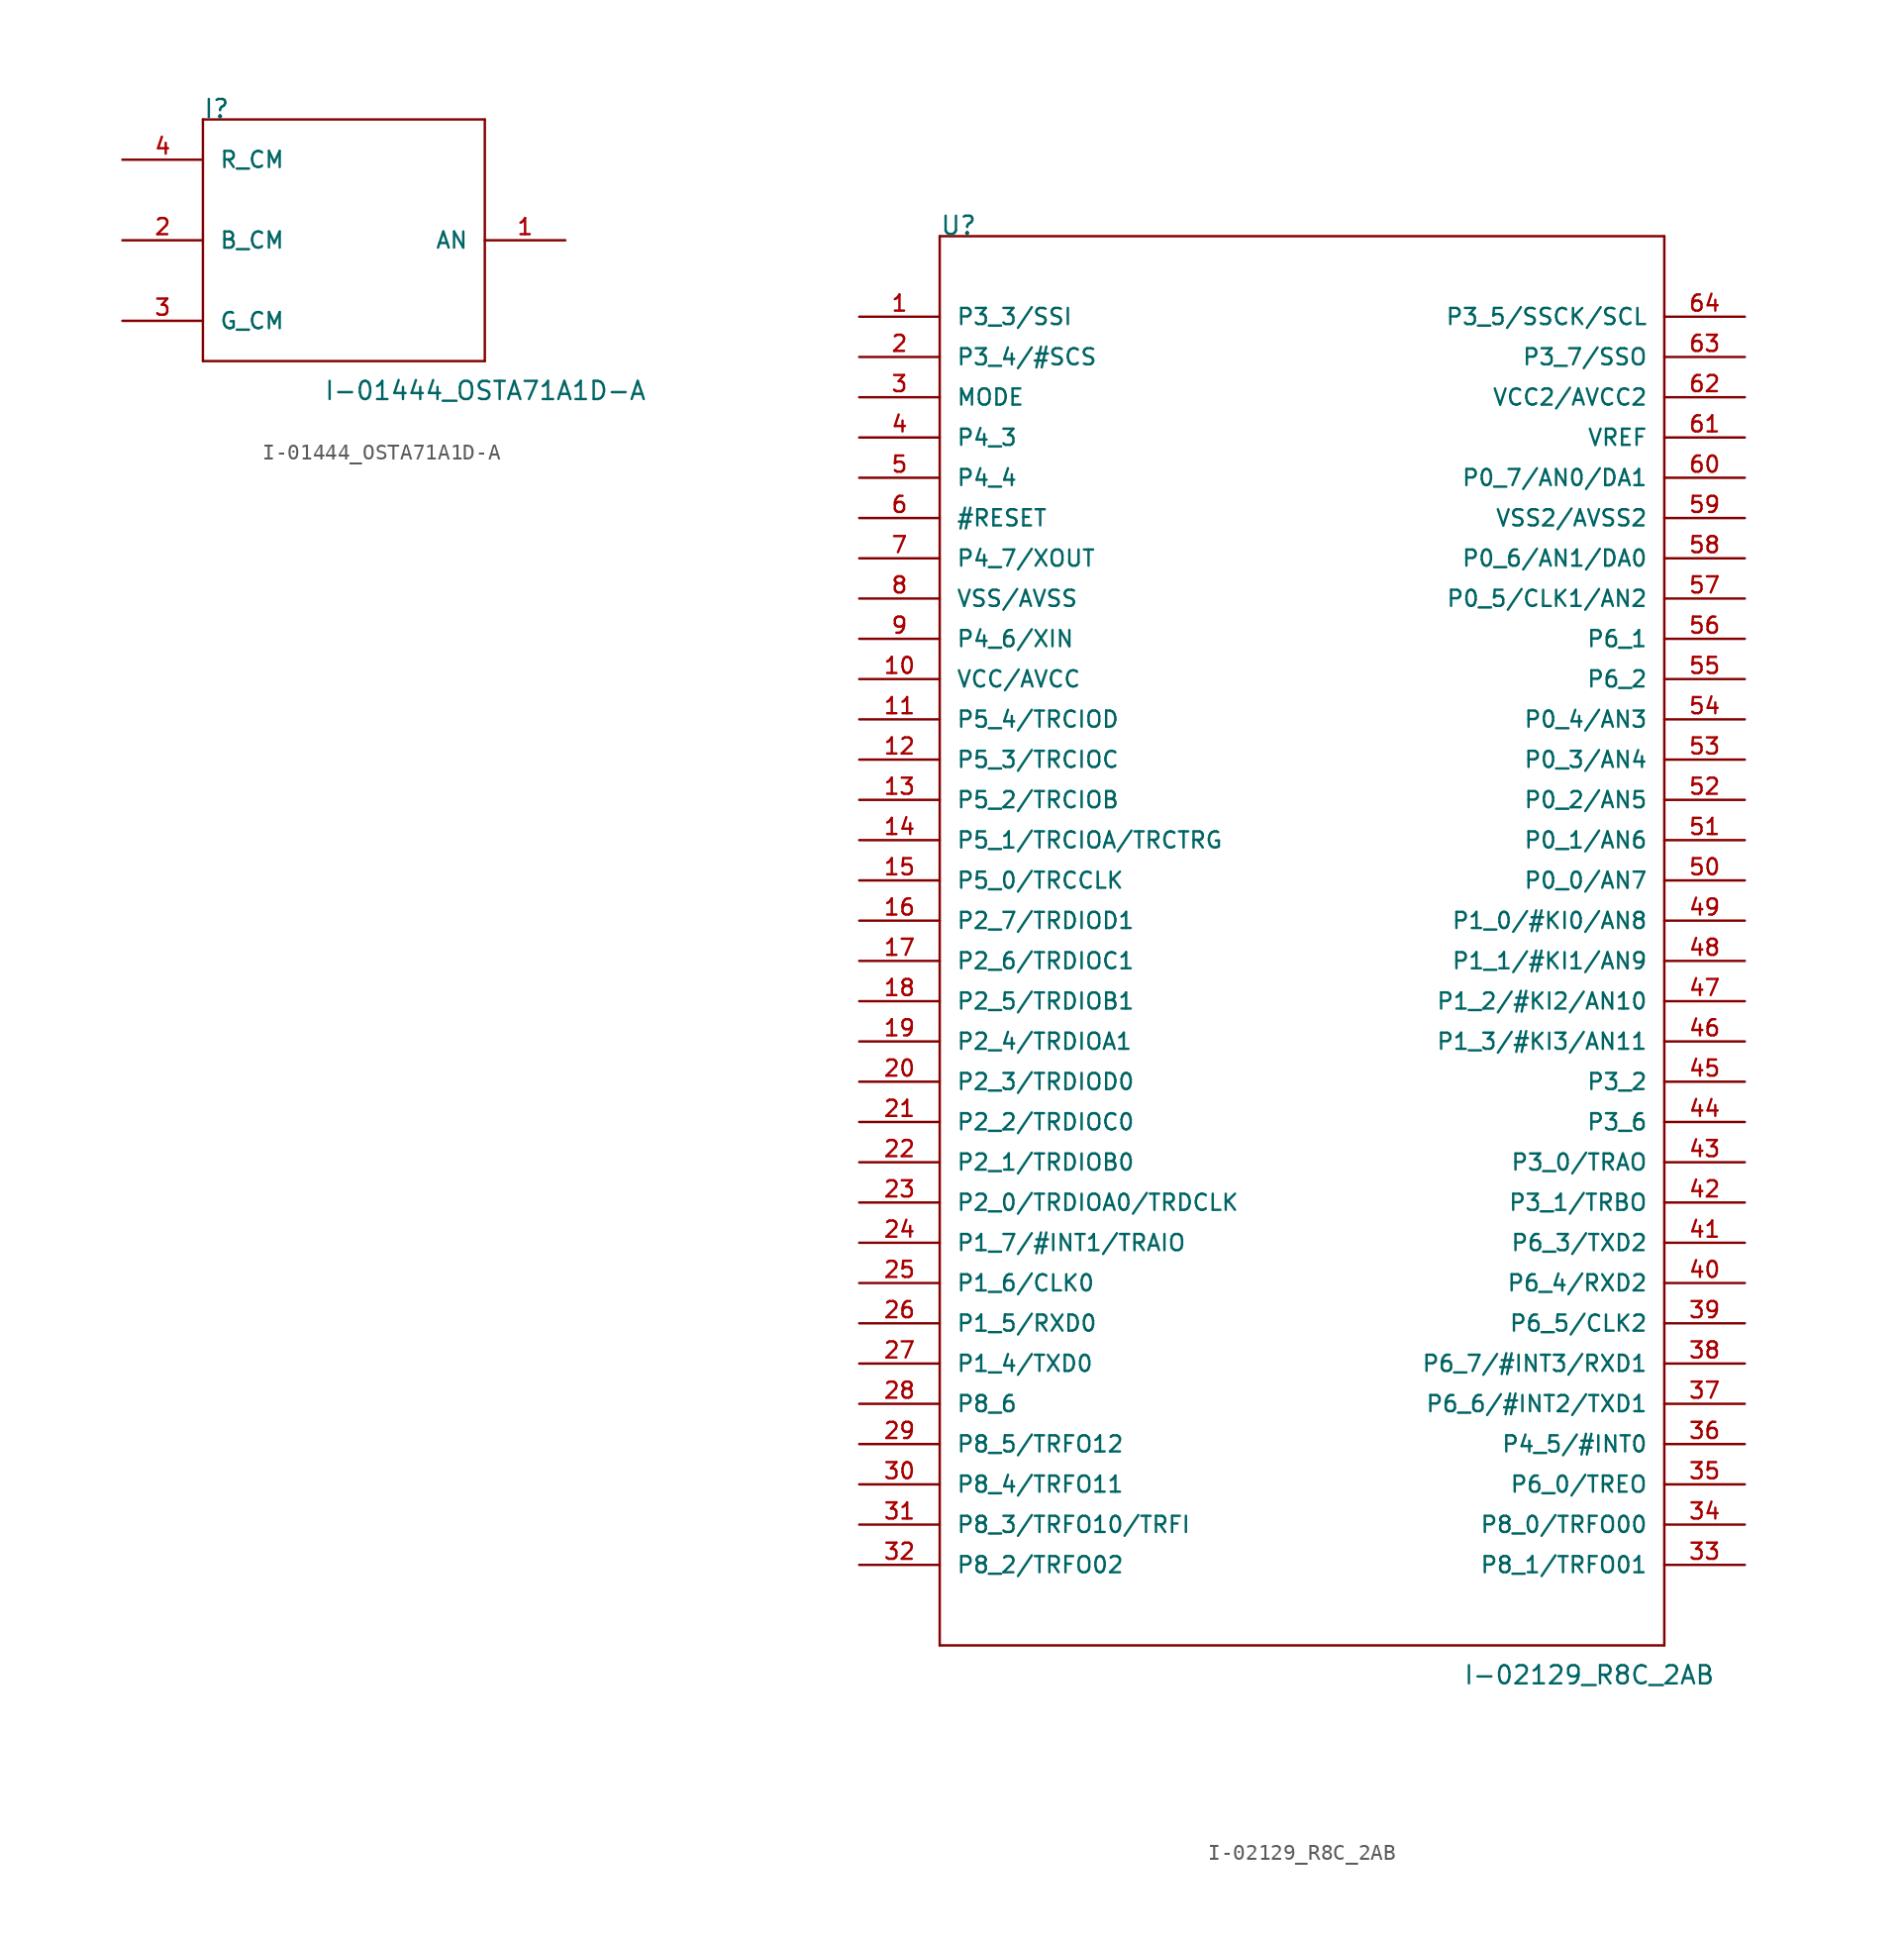
<source format=kicad_sym>
(kicad_symbol_lib
  (version 20211014)
  (generator kicad_symbol_editor)
  (symbol "I-01444_OSTA71A1D-A"
    (pin_names
      (offset 1.016))
    (property "Reference" "I"
      (at -2.54 10.16 0)
      (effects (font (size 1.143 1.143)) (justify left bottom)))
    (property "Value" "I-01444_OSTA71A1D-A"
      (at 5.08 -7.62 0)
      (effects (font (size 1.143 1.143)) (justify left bottom)))
    (property "ki_locked" ""
      (at 0 0 0)
      (effects (font (size 1.27 1.27))))
    (symbol "I-01444_OSTA71A1D-A_1_0"
      (polyline (pts (xy -2.54 -5.08) (xy -2.54 10.16)) (stroke (width 0) (type default) (color 0 0 0 0)) (fill (type none)))
      (polyline (pts (xy -2.54 10.16) (xy 15.24 10.16)) (stroke (width 0) (type default) (color 0 0 0 0)) (fill (type none)))
      (polyline (pts (xy 15.24 -5.08) (xy -2.54 -5.08)) (stroke (width 0) (type default) (color 0 0 0 0)) (fill (type none)))
      (polyline (pts (xy 15.24 10.16) (xy 15.24 -5.08)) (stroke (width 0) (type default) (color 0 0 0 0)) (fill (type none))))
    (symbol "I-01444_OSTA71A1D-A_1_1"
      (pin bidirectional line (at 20.32 2.54 180) (length 5.08) (name "AN" (effects (font (size 1.016 1.016)))) (number "1" (effects (font (size 1.016 1.016)))))
      (pin bidirectional line (at -7.62 2.54 0) (length 5.08) (name "B_CM" (effects (font (size 1.016 1.016)))) (number "2" (effects (font (size 1.016 1.016)))))
      (pin bidirectional line (at -7.62 -2.54 0) (length 5.08) (name "G_CM" (effects (font (size 1.016 1.016)))) (number "3" (effects (font (size 1.016 1.016)))))
      (pin bidirectional line (at -7.62 7.62 0) (length 5.08) (name "R_CM" (effects (font (size 1.016 1.016)))) (number "4" (effects (font (size 1.016 1.016)))))))
  (symbol "I-02129_R8C_2AB"
    (pin_names
      (offset 1.016))
    (property "Reference" "U"
      (at -10.16 38.1 0)
      (effects (font (size 1.143 1.143)) (justify left bottom)))
    (property "Value" "I-02129_R8C_2AB"
      (at 22.86 -53.34 0)
      (effects (font (size 1.143 1.143)) (justify left bottom)))
    (property "ki_locked" ""
      (at 0 0 0)
      (effects (font (size 1.27 1.27))))
    (symbol "I-02129_R8C_2AB_1_0"
      (polyline (pts (xy -10.16 -50.8) (xy 35.56 -50.8)) (stroke (width 0) (type default) (color 0 0 0 0)) (fill (type none)))
      (polyline (pts (xy -10.16 38.1) (xy -10.16 -50.8)) (stroke (width 0) (type default) (color 0 0 0 0)) (fill (type none)))
      (polyline (pts (xy 35.56 -50.8) (xy 35.56 38.1)) (stroke (width 0) (type default) (color 0 0 0 0)) (fill (type none)))
      (polyline (pts (xy 35.56 38.1) (xy -10.16 38.1)) (stroke (width 0) (type default) (color 0 0 0 0)) (fill (type none))))
    (symbol "I-02129_R8C_2AB_1_1"
      (pin bidirectional line (at -15.24 33.02 0) (length 5.08) (name "P3_3/SSI" (effects (font (size 1.016 1.016)))) (number "1" (effects (font (size 1.016 1.016)))))
      (pin bidirectional line (at -15.24 10.16 0) (length 5.08) (name "VCC/AVCC" (effects (font (size 1.016 1.016)))) (number "10" (effects (font (size 1.016 1.016)))))
      (pin bidirectional line (at -15.24 7.62 0) (length 5.08) (name "P5_4/TRCIOD" (effects (font (size 1.016 1.016)))) (number "11" (effects (font (size 1.016 1.016)))))
      (pin bidirectional line (at -15.24 5.08 0) (length 5.08) (name "P5_3/TRCIOC" (effects (font (size 1.016 1.016)))) (number "12" (effects (font (size 1.016 1.016)))))
      (pin bidirectional line (at -15.24 2.54 0) (length 5.08) (name "P5_2/TRCIOB" (effects (font (size 1.016 1.016)))) (number "13" (effects (font (size 1.016 1.016)))))
      (pin bidirectional line (at -15.24 0 0) (length 5.08) (name "P5_1/TRCIOA/TRCTRG" (effects (font (size 1.016 1.016)))) (number "14" (effects (font (size 1.016 1.016)))))
      (pin bidirectional line (at -15.24 -2.54 0) (length 5.08) (name "P5_0/TRCCLK" (effects (font (size 1.016 1.016)))) (number "15" (effects (font (size 1.016 1.016)))))
      (pin bidirectional line (at -15.24 -5.08 0) (length 5.08) (name "P2_7/TRDIOD1" (effects (font (size 1.016 1.016)))) (number "16" (effects (font (size 1.016 1.016)))))
      (pin bidirectional line (at -15.24 -7.62 0) (length 5.08) (name "P2_6/TRDIOC1" (effects (font (size 1.016 1.016)))) (number "17" (effects (font (size 1.016 1.016)))))
      (pin bidirectional line (at -15.24 -10.16 0) (length 5.08) (name "P2_5/TRDIOB1" (effects (font (size 1.016 1.016)))) (number "18" (effects (font (size 1.016 1.016)))))
      (pin bidirectional line (at -15.24 -12.7 0) (length 5.08) (name "P2_4/TRDIOA1" (effects (font (size 1.016 1.016)))) (number "19" (effects (font (size 1.016 1.016)))))
      (pin bidirectional line (at -15.24 30.48 0) (length 5.08) (name "P3_4/#SCS" (effects (font (size 1.016 1.016)))) (number "2" (effects (font (size 1.016 1.016)))))
      (pin bidirectional line (at -15.24 -15.24 0) (length 5.08) (name "P2_3/TRDIOD0" (effects (font (size 1.016 1.016)))) (number "20" (effects (font (size 1.016 1.016)))))
      (pin bidirectional line (at -15.24 -17.78 0) (length 5.08) (name "P2_2/TRDIOC0" (effects (font (size 1.016 1.016)))) (number "21" (effects (font (size 1.016 1.016)))))
      (pin bidirectional line (at -15.24 -20.32 0) (length 5.08) (name "P2_1/TRDIOB0" (effects (font (size 1.016 1.016)))) (number "22" (effects (font (size 1.016 1.016)))))
      (pin bidirectional line (at -15.24 -22.86 0) (length 5.08) (name "P2_0/TRDIOA0/TRDCLK" (effects (font (size 1.016 1.016)))) (number "23" (effects (font (size 1.016 1.016)))))
      (pin bidirectional line (at -15.24 -25.4 0) (length 5.08) (name "P1_7/#INT1/TRAIO" (effects (font (size 1.016 1.016)))) (number "24" (effects (font (size 1.016 1.016)))))
      (pin bidirectional line (at -15.24 -27.94 0) (length 5.08) (name "P1_6/CLK0" (effects (font (size 1.016 1.016)))) (number "25" (effects (font (size 1.016 1.016)))))
      (pin bidirectional line (at -15.24 -30.48 0) (length 5.08) (name "P1_5/RXD0" (effects (font (size 1.016 1.016)))) (number "26" (effects (font (size 1.016 1.016)))))
      (pin bidirectional line (at -15.24 -33.02 0) (length 5.08) (name "P1_4/TXD0" (effects (font (size 1.016 1.016)))) (number "27" (effects (font (size 1.016 1.016)))))
      (pin bidirectional line (at -15.24 -35.56 0) (length 5.08) (name "P8_6" (effects (font (size 1.016 1.016)))) (number "28" (effects (font (size 1.016 1.016)))))
      (pin bidirectional line (at -15.24 -38.1 0) (length 5.08) (name "P8_5/TRFO12" (effects (font (size 1.016 1.016)))) (number "29" (effects (font (size 1.016 1.016)))))
      (pin bidirectional line (at -15.24 27.94 0) (length 5.08) (name "MODE" (effects (font (size 1.016 1.016)))) (number "3" (effects (font (size 1.016 1.016)))))
      (pin bidirectional line (at -15.24 -40.64 0) (length 5.08) (name "P8_4/TRFO11" (effects (font (size 1.016 1.016)))) (number "30" (effects (font (size 1.016 1.016)))))
      (pin bidirectional line (at -15.24 -43.18 0) (length 5.08) (name "P8_3/TRFO10/TRFI" (effects (font (size 1.016 1.016)))) (number "31" (effects (font (size 1.016 1.016)))))
      (pin bidirectional line (at -15.24 -45.72 0) (length 5.08) (name "P8_2/TRFO02" (effects (font (size 1.016 1.016)))) (number "32" (effects (font (size 1.016 1.016)))))
      (pin bidirectional line (at 40.64 -45.72 180) (length 5.08) (name "P8_1/TRFO01" (effects (font (size 1.016 1.016)))) (number "33" (effects (font (size 1.016 1.016)))))
      (pin bidirectional line (at 40.64 -43.18 180) (length 5.08) (name "P8_0/TRFO00" (effects (font (size 1.016 1.016)))) (number "34" (effects (font (size 1.016 1.016)))))
      (pin bidirectional line (at 40.64 -40.64 180) (length 5.08) (name "P6_0/TREO" (effects (font (size 1.016 1.016)))) (number "35" (effects (font (size 1.016 1.016)))))
      (pin bidirectional line (at 40.64 -38.1 180) (length 5.08) (name "P4_5/#INT0" (effects (font (size 1.016 1.016)))) (number "36" (effects (font (size 1.016 1.016)))))
      (pin bidirectional line (at 40.64 -35.56 180) (length 5.08) (name "P6_6/#INT2/TXD1" (effects (font (size 1.016 1.016)))) (number "37" (effects (font (size 1.016 1.016)))))
      (pin bidirectional line (at 40.64 -33.02 180) (length 5.08) (name "P6_7/#INT3/RXD1" (effects (font (size 1.016 1.016)))) (number "38" (effects (font (size 1.016 1.016)))))
      (pin bidirectional line (at 40.64 -30.48 180) (length 5.08) (name "P6_5/CLK2" (effects (font (size 1.016 1.016)))) (number "39" (effects (font (size 1.016 1.016)))))
      (pin bidirectional line (at -15.24 25.4 0) (length 5.08) (name "P4_3" (effects (font (size 1.016 1.016)))) (number "4" (effects (font (size 1.016 1.016)))))
      (pin bidirectional line (at 40.64 -27.94 180) (length 5.08) (name "P6_4/RXD2" (effects (font (size 1.016 1.016)))) (number "40" (effects (font (size 1.016 1.016)))))
      (pin bidirectional line (at 40.64 -25.4 180) (length 5.08) (name "P6_3/TXD2" (effects (font (size 1.016 1.016)))) (number "41" (effects (font (size 1.016 1.016)))))
      (pin bidirectional line (at 40.64 -22.86 180) (length 5.08) (name "P3_1/TRBO" (effects (font (size 1.016 1.016)))) (number "42" (effects (font (size 1.016 1.016)))))
      (pin bidirectional line (at 40.64 -20.32 180) (length 5.08) (name "P3_0/TRAO" (effects (font (size 1.016 1.016)))) (number "43" (effects (font (size 1.016 1.016)))))
      (pin bidirectional line (at 40.64 -17.78 180) (length 5.08) (name "P3_6" (effects (font (size 1.016 1.016)))) (number "44" (effects (font (size 1.016 1.016)))))
      (pin bidirectional line (at 40.64 -15.24 180) (length 5.08) (name "P3_2" (effects (font (size 1.016 1.016)))) (number "45" (effects (font (size 1.016 1.016)))))
      (pin bidirectional line (at 40.64 -12.7 180) (length 5.08) (name "P1_3/#KI3/AN11" (effects (font (size 1.016 1.016)))) (number "46" (effects (font (size 1.016 1.016)))))
      (pin bidirectional line (at 40.64 -10.16 180) (length 5.08) (name "P1_2/#KI2/AN10" (effects (font (size 1.016 1.016)))) (number "47" (effects (font (size 1.016 1.016)))))
      (pin bidirectional line (at 40.64 -7.62 180) (length 5.08) (name "P1_1/#KI1/AN9" (effects (font (size 1.016 1.016)))) (number "48" (effects (font (size 1.016 1.016)))))
      (pin bidirectional line (at 40.64 -5.08 180) (length 5.08) (name "P1_0/#KI0/AN8" (effects (font (size 1.016 1.016)))) (number "49" (effects (font (size 1.016 1.016)))))
      (pin bidirectional line (at -15.24 22.86 0) (length 5.08) (name "P4_4" (effects (font (size 1.016 1.016)))) (number "5" (effects (font (size 1.016 1.016)))))
      (pin bidirectional line (at 40.64 -2.54 180) (length 5.08) (name "P0_0/AN7" (effects (font (size 1.016 1.016)))) (number "50" (effects (font (size 1.016 1.016)))))
      (pin bidirectional line (at 40.64 0 180) (length 5.08) (name "P0_1/AN6" (effects (font (size 1.016 1.016)))) (number "51" (effects (font (size 1.016 1.016)))))
      (pin bidirectional line (at 40.64 2.54 180) (length 5.08) (name "P0_2/AN5" (effects (font (size 1.016 1.016)))) (number "52" (effects (font (size 1.016 1.016)))))
      (pin bidirectional line (at 40.64 5.08 180) (length 5.08) (name "P0_3/AN4" (effects (font (size 1.016 1.016)))) (number "53" (effects (font (size 1.016 1.016)))))
      (pin bidirectional line (at 40.64 7.62 180) (length 5.08) (name "P0_4/AN3" (effects (font (size 1.016 1.016)))) (number "54" (effects (font (size 1.016 1.016)))))
      (pin bidirectional line (at 40.64 10.16 180) (length 5.08) (name "P6_2" (effects (font (size 1.016 1.016)))) (number "55" (effects (font (size 1.016 1.016)))))
      (pin bidirectional line (at 40.64 12.7 180) (length 5.08) (name "P6_1" (effects (font (size 1.016 1.016)))) (number "56" (effects (font (size 1.016 1.016)))))
      (pin bidirectional line (at 40.64 15.24 180) (length 5.08) (name "P0_5/CLK1/AN2" (effects (font (size 1.016 1.016)))) (number "57" (effects (font (size 1.016 1.016)))))
      (pin bidirectional line (at 40.64 17.78 180) (length 5.08) (name "P0_6/AN1/DA0" (effects (font (size 1.016 1.016)))) (number "58" (effects (font (size 1.016 1.016)))))
      (pin bidirectional line (at 40.64 20.32 180) (length 5.08) (name "VSS2/AVSS2" (effects (font (size 1.016 1.016)))) (number "59" (effects (font (size 1.016 1.016)))))
      (pin bidirectional line (at -15.24 20.32 0) (length 5.08) (name "#RESET" (effects (font (size 1.016 1.016)))) (number "6" (effects (font (size 1.016 1.016)))))
      (pin bidirectional line (at 40.64 22.86 180) (length 5.08) (name "P0_7/AN0/DA1" (effects (font (size 1.016 1.016)))) (number "60" (effects (font (size 1.016 1.016)))))
      (pin bidirectional line (at 40.64 25.4 180) (length 5.08) (name "VREF" (effects (font (size 1.016 1.016)))) (number "61" (effects (font (size 1.016 1.016)))))
      (pin bidirectional line (at 40.64 27.94 180) (length 5.08) (name "VCC2/AVCC2" (effects (font (size 1.016 1.016)))) (number "62" (effects (font (size 1.016 1.016)))))
      (pin bidirectional line (at 40.64 30.48 180) (length 5.08) (name "P3_7/SSO" (effects (font (size 1.016 1.016)))) (number "63" (effects (font (size 1.016 1.016)))))
      (pin bidirectional line (at 40.64 33.02 180) (length 5.08) (name "P3_5/SSCK/SCL" (effects (font (size 1.016 1.016)))) (number "64" (effects (font (size 1.016 1.016)))))
      (pin bidirectional line (at -15.24 17.78 0) (length 5.08) (name "P4_7/XOUT" (effects (font (size 1.016 1.016)))) (number "7" (effects (font (size 1.016 1.016)))))
      (pin bidirectional line (at -15.24 15.24 0) (length 5.08) (name "VSS/AVSS" (effects (font (size 1.016 1.016)))) (number "8" (effects (font (size 1.016 1.016)))))
      (pin bidirectional line (at -15.24 12.7 0) (length 5.08) (name "P4_6/XIN" (effects (font (size 1.016 1.016)))) (number "9" (effects (font (size 1.016 1.016))))))))
</source>
